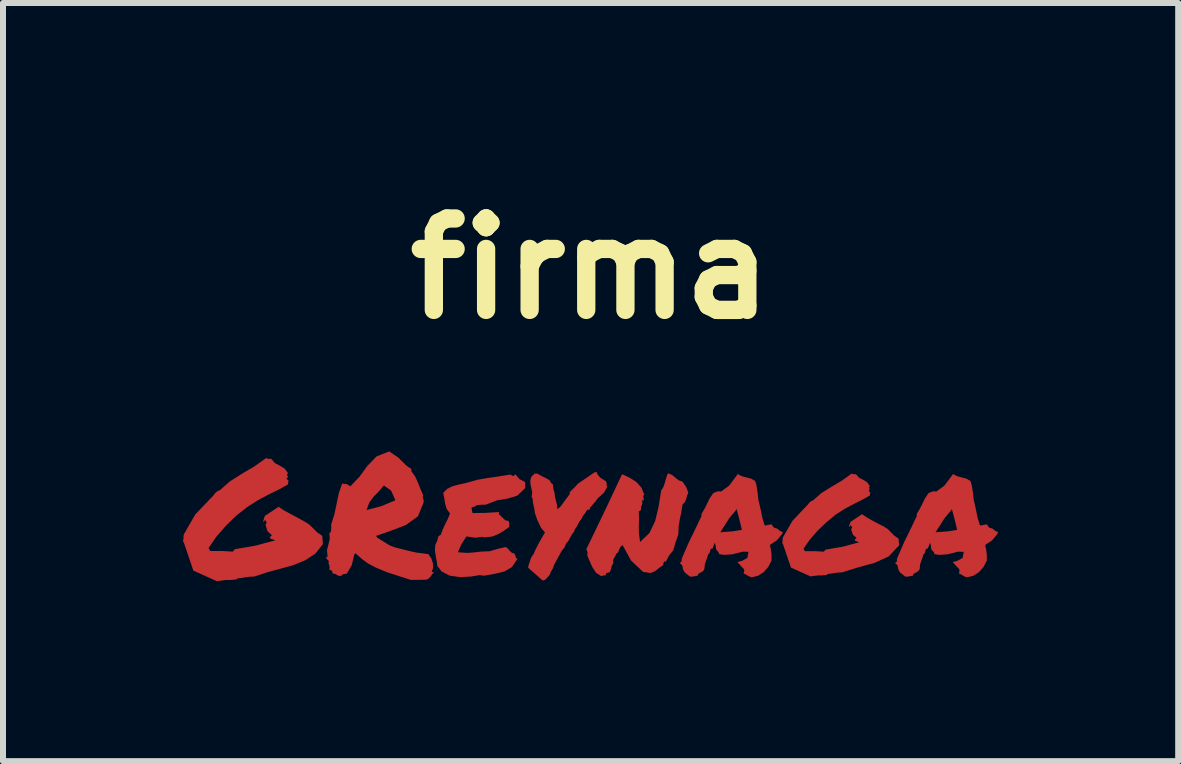
<source format=kicad_pcb>
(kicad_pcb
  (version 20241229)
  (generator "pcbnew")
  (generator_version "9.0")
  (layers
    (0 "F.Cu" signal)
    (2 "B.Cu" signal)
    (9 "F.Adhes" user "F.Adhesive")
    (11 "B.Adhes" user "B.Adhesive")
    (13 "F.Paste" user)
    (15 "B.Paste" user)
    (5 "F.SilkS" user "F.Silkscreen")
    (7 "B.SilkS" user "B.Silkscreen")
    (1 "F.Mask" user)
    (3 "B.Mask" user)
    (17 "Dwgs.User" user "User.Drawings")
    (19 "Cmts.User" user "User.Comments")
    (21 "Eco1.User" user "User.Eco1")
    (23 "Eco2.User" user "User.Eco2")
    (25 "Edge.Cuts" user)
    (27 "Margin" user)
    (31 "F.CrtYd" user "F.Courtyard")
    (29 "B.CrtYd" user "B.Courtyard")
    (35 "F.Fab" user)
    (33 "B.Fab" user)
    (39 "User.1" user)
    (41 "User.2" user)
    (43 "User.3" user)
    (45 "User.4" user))
  (footprint "firma"
    (layer "F.Cu")
    (at 6.794 5.563)
    (property "Reference" "firma" (at 0 -4.137 0) (layer "F.SilkS") (effects (font (size 1.524 1.524) (thickness 0.305))))
    (attr smd)
    (fp_poly (pts (xy 5.142 0.477) (xy 4.969 0.661) (xy 4.733 0.769) (xy 4.461 0.843) (xy 4.189 0.928) (xy 4.121 0.931) (xy 4.066 0.939) (xy 4.016 0.947) (xy 3.961 0.953) (xy 3.947 0.959) (xy 3.939 0.97) (xy 3.854 0.978) (xy 3.794 0.978) (xy 3.725 0.986) (xy 3.665 0.994) (xy 3.34 0.848) (xy 3.211 0.469) (xy 3.206 0.453) (xy 3.195 0.445) (xy 3.2 0.398) (xy 3.203 0.349) (xy 3.365 0.068) (xy 3.582 -0.162) (xy 3.615 -0.195) (xy 3.64 -0.228) (xy 3.67 -0.256) (xy 3.711 -0.275) (xy 3.849 -0.396) (xy 4.016 -0.5) (xy 4.189 -0.602) (xy 4.348 -0.717) (xy 4.392 -0.709) (xy 4.423 -0.709) (xy 4.475 -0.651) (xy 4.543 -0.616) (xy 4.609 -0.575) (xy 4.656 -0.509) (xy 4.64 -0.495) (xy 4.648 -0.47) (xy 4.651 -0.445) (xy 4.631 -0.434) (xy 4.648 -0.418) (xy 4.664 -0.404) (xy 4.656 -0.382) (xy 4.656 -0.355) (xy 4.533 -0.286) (xy 4.392 -0.215) (xy 4.241 -0.135) (xy 4.09 -0.039) (xy 3.939 0.085) (xy 3.791 0.225) (xy 3.656 0.379) (xy 3.549 0.533) (xy 3.56 0.555) (xy 3.574 0.574) (xy 3.736 0.574) (xy 3.89 0.582) (xy 3.901 0.565) (xy 3.915 0.549) (xy 4.206 0.499) (xy 4.48 0.425) (xy 4.439 0.411) (xy 4.406 0.398) (xy 4.406 0.376) (xy 4.434 0.354) (xy 4.371 0.299) (xy 4.343 0.211) (xy 4.36 0.178) (xy 4.343 0.148) (xy 4.329 0.148) (xy 4.324 0.156) (xy 4.321 0.167) (xy 4.307 0.164) (xy 4.318 0.123) (xy 4.335 0.084) (xy 4.524 -0.042) (xy 4.598 0.007) (xy 4.689 0.06) (xy 4.788 0.112) (xy 4.884 0.161) (xy 4.953 0.205) (xy 5.01 0.263) (xy 5.065 0.318) (xy 5.134 0.365) (xy 5.137 0.422) (xy 5.142 0.477) (xy 5.142 0.477)) (stroke (width 0) (type solid)) (fill yes) (layer "F.Cu"))
    (fp_poly (pts (xy -6.794 0.418) (xy -6.786 0.363) (xy -6.783 0.3) (xy -6.591 -0.036) (xy -6.33 -0.31) (xy -6.291 -0.349) (xy -6.261 -0.39) (xy -6.225 -0.423) (xy -6.176 -0.445) (xy -6.011 -0.59) (xy -5.811 -0.717) (xy -5.602 -0.84) (xy -5.41 -0.977) (xy -5.363 -0.964) (xy -5.324 -0.967) (xy -5.261 -0.893) (xy -5.179 -0.851) (xy -5.099 -0.802) (xy -5.042 -0.725) (xy -5.061 -0.711) (xy -5.052 -0.681) (xy -5.047 -0.651) (xy -5.072 -0.637) (xy -5.052 -0.618) (xy -5.033 -0.599) (xy -5.042 -0.571) (xy -5.042 -0.541) (xy -5.19 -0.456) (xy -5.36 -0.374) (xy -5.541 -0.278) (xy -5.723 -0.162) (xy -5.907 -0.017) (xy -6.082 0.154) (xy -6.242 0.338) (xy -6.368 0.522) (xy -6.354 0.546) (xy -6.338 0.571) (xy -6.143 0.571) (xy -5.962 0.582) (xy -5.948 0.56) (xy -5.931 0.541) (xy -5.583 0.481) (xy -5.253 0.393) (xy -5.341 0.363) (xy -5.341 0.335) (xy -5.311 0.308) (xy -5.385 0.242) (xy -5.418 0.135) (xy -5.399 0.096) (xy -5.418 0.06) (xy -5.434 0.06) (xy -5.44 0.071) (xy -5.445 0.082) (xy -5.459 0.082) (xy -5.445 0.033) (xy -5.429 -0.014) (xy -5.201 -0.165) (xy -5.113 -0.107) (xy -5.003 -0.047) (xy -4.885 0.016) (xy -4.772 0.077) (xy -4.687 0.132) (xy -4.619 0.198) (xy -4.553 0.264) (xy -4.473 0.318) (xy -4.467 0.39) (xy -4.462 0.456) (xy -4.588 0.615) (xy -4.756 0.725) (xy -4.951 0.805) (xy -5.165 0.865) (xy -5.388 0.925) (xy -5.605 0.997) (xy -5.684 1) (xy -5.747 1.008) (xy -5.808 1.019) (xy -5.874 1.027) (xy -5.893 1.033) (xy -5.904 1.046) (xy -6.003 1.054) (xy -6.077 1.054) (xy -6.157 1.065) (xy -6.233 1.073) (xy -6.621 0.898) (xy -6.775 0.444) (xy -6.78 0.428) (xy -6.794 0.417) (xy -6.794 0.418)) (stroke (width 0) (type solid)) (fill yes) (layer "F.Cu"))
    (fp_poly (pts (xy 0.534 0.472) (xy 0.498 0.502) (xy 0.476 0.549) (xy 0.457 0.596) (xy 0.429 0.615) (xy 0.413 0.653) (xy 0.391 0.689) (xy 0.374 0.727) (xy 0.38 0.774) (xy 0.352 0.821) (xy 0.339 0.879) (xy 0.317 0.925) (xy 0.256 0.942) (xy 0.253 0.955) (xy 0.262 0.975) (xy 0.215 0.978) (xy 0.179 0.991) (xy 0.091 0.934) (xy 0.031 0.843) (xy -0.016 0.739) (xy -0.054 0.648) (xy -0.051 0.59) (xy -0.071 0.541) (xy 0.223 -0.069) (xy 0.525 -0.709) (xy 0.649 -0.651) (xy 0.762 -0.58) (xy 0.849 -0.483) (xy 0.896 -0.365) (xy 0.882 -0.352) (xy 0.871 -0.349) (xy 0.882 -0.329) (xy 0.882 -0.319) (xy 0.882 -0.302) (xy 0.891 -0.277) (xy 0.874 -0.274) (xy 0.858 -0.274) (xy 0.863 -0.225) (xy 0.852 -0.189) (xy 0.839 -0.156) (xy 0.841 -0.112) (xy 0.828 -0.106) (xy 0.822 -0.098) (xy 0.814 -0.09) (xy 0.803 -0.09) (xy 0.808 0.031) (xy 0.803 0.154) (xy 0.806 0.283) (xy 0.825 0.421) (xy 0.981 0.272) (xy 1.077 0.069) (xy 1.135 -0.173) (xy 1.176 -0.436) (xy 1.215 -0.497) (xy 1.239 -0.571) (xy 1.261 -0.65) (xy 1.289 -0.725) (xy 1.358 -0.697) (xy 1.412 -0.653) (xy 1.465 -0.609) (xy 1.533 -0.584) (xy 1.594 -0.494) (xy 1.629 -0.4) (xy 1.607 -0.351) (xy 1.594 -0.296) (xy 1.572 -0.244) (xy 1.533 -0.205) (xy 1.511 -0.073) (xy 1.487 0.042) (xy 1.467 0.163) (xy 1.462 0.297) (xy 1.415 0.432) (xy 1.377 0.561) (xy 1.308 0.646) (xy 1.256 0.745) (xy 1.242 0.751) (xy 1.223 0.743) (xy 1.223 0.76) (xy 1.215 0.77) (xy 1.209 0.781) (xy 1.215 0.803) (xy 1.146 0.85) (xy 1.08 0.905) (xy 0.998 0.938) (xy 0.874 0.919) (xy 0.674 0.729) (xy 0.534 0.474) (xy 0.534 0.472)) (stroke (width 0) (type solid)) (fill yes) (layer "F.Cu"))
    (fp_poly (pts (xy -4.363 0.736) (xy -3.688 -0.238) (xy -3.734 -0.112) (xy -3.493 -0.175) (xy -3.254 -0.274) (xy -3.325 -0.436) (xy -3.446 -0.521) (xy -3.446 -0.521) (xy -3.526 -0.425) (xy -3.614 -0.337) (xy -3.688 -0.238) (xy -4.363 0.736) (xy -4.388 0.716) (xy -4.413 0.67) (xy -4.383 0.67) (xy -4.394 0.56) (xy -4.369 0.461) (xy -4.347 0.368) (xy -4.355 0.271) (xy -4.336 0.265) (xy -4.325 0.227) (xy -4.322 0.177) (xy -4.325 0.133) (xy -4.27 -0.042) (xy -4.232 -0.221) (xy -4.196 -0.394) (xy -4.141 -0.553) (xy -4.061 -0.542) (xy -4.004 -0.507) (xy -3.853 -0.666) (xy -3.721 -0.847) (xy -3.567 -1.006) (xy -3.356 -1.089) (xy -3.207 -0.987) (xy -3.073 -0.855) (xy -3.031 -0.825) (xy -2.987 -0.798) (xy -2.987 -0.757) (xy -2.924 -0.671) (xy -2.878 -0.57) (xy -2.836 -0.463) (xy -2.792 -0.361) (xy -2.798 -0.331) (xy -2.792 -0.306) (xy -2.784 -0.279) (xy -2.781 -0.243) (xy -2.878 -0.007) (xy -3.081 0.139) (xy -3.333 0.235) (xy -3.578 0.32) (xy -3.567 0.331) (xy -3.559 0.347) (xy -3.432 0.427) (xy -3.347 0.479) (xy -3.259 0.512) (xy -3.125 0.545) (xy -2.993 0.578) (xy -2.905 0.597) (xy -2.823 0.608) (xy -2.705 0.622) (xy -2.655 0.693) (xy -2.628 0.776) (xy -2.625 0.855) (xy -2.647 0.913) (xy -2.633 0.924) (xy -2.606 0.924) (xy -2.639 0.957) (xy -2.666 0.996) (xy -2.699 1.031) (xy -2.743 1.05) (xy -2.996 1.053) (xy -3.388 0.927) (xy -3.581 0.847) (xy -3.71 0.779) (xy -3.811 0.705) (xy -3.918 0.609) (xy -3.929 0.619) (xy -3.938 0.63) (xy -3.982 0.809) (xy -4.064 0.949) (xy -4.124 0.957) (xy -4.16 0.987) (xy -4.201 0.984) (xy -4.226 0.971) (xy -4.251 0.954) (xy -4.295 0.948) (xy -4.311 0.901) (xy -4.355 0.879) (xy -4.35 0.838) (xy -4.358 0.805) (xy -4.369 0.772) (xy -4.363 0.734) (xy -4.363 0.736)) (stroke (width 0) (type solid)) (fill yes) (layer "F.Cu"))
    (fp_poly (pts (xy -1.09 -0.574) (xy -1.09 -0.544) (xy -1.092 -0.528) (xy -1.092 -0.509) (xy -1.087 -0.481) (xy -1.221 -0.352) (xy -1.383 -0.303) (xy -1.565 -0.272) (xy -1.746 -0.201) (xy -1.812 -0.201) (xy -1.894 -0.193) (xy -1.936 -0.168) (xy -1.985 -0.154) (xy -1.977 -0.102) (xy -1.968 -0.061) (xy -1.757 -0.064) (xy -1.526 -0.078) (xy -1.529 -0.059) (xy -1.532 -0.045) (xy -1.493 -0.009) (xy -1.455 0.029) (xy -1.416 0.062) (xy -1.367 0.07) (xy -1.353 0.12) (xy -1.359 0.172) (xy -1.447 0.235) (xy -1.54 0.29) (xy -1.642 0.331) (xy -1.76 0.342) (xy -1.782 0.342) (xy -1.798 0.334) (xy -1.861 0.342) (xy -1.922 0.35) (xy -1.996 0.339) (xy -2.07 0.328) (xy -2.15 0.452) (xy -2.213 0.592) (xy -2.059 0.603) (xy -1.941 0.595) (xy -1.828 0.581) (xy -1.683 0.575) (xy -1.554 0.537) (xy -1.414 0.504) (xy -1.375 0.534) (xy -1.345 0.572) (xy -1.312 0.602) (xy -1.271 0.613) (xy -1.257 0.641) (xy -1.249 0.668) (xy -1.241 0.693) (xy -1.216 0.699) (xy -1.312 0.839) (xy -1.433 0.911) (xy -1.587 0.949) (xy -1.771 0.982) (xy -1.812 0.979) (xy -1.85 0.973) (xy -2.001 0.998) (xy -2.18 1.006) (xy -2.353 0.981) (xy -2.487 0.91) (xy -2.518 0.866) (xy -2.553 0.825) (xy -2.564 0.745) (xy -2.581 0.654) (xy -2.595 0.558) (xy -2.589 0.473) (xy -2.556 0.399) (xy -2.537 0.327) (xy -2.52 0.314) (xy -2.498 0.303) (xy -2.463 0.209) (xy -2.424 0.124) (xy -2.383 0.042) (xy -2.342 -0.054) (xy -2.4 -0.131) (xy -2.424 -0.216) (xy -2.438 -0.304) (xy -2.457 -0.398) (xy -2.391 -0.464) (xy -2.303 -0.508) (xy -2.202 -0.535) (xy -2.086 -0.56) (xy -1.891 -0.615) (xy -1.721 -0.645) (xy -1.545 -0.67) (xy -1.339 -0.703) (xy -1.293 -0.678) (xy -1.268 -0.692) (xy -1.254 -0.708) (xy -1.186 -0.628) (xy -1.089 -0.576) (xy -1.09 -0.574)) (stroke (width 0) (type solid)) (fill yes) (layer "F.Cu"))
    (fp_poly (pts (xy -0.277 0.252) (xy -0.31 0.293) (xy -0.337 0.34) (xy -0.367 0.398) (xy -0.408 0.447) (xy -0.436 0.513) (xy -0.48 0.565) (xy -0.609 0.804) (xy -0.625 0.854) (xy -0.65 0.898) (xy -0.661 0.917) (xy -0.669 0.93) (xy -0.675 0.958) (xy -0.705 0.996) (xy -0.735 1.027) (xy -0.755 1.049) (xy -0.796 1.065) (xy -1.04 0.851) (xy -1.038 0.823) (xy -1.029 0.796) (xy -1.018 0.763) (xy -0.994 0.686) (xy -0.947 0.617) (xy -0.922 0.557) (xy -0.856 0.428) (xy -0.796 0.323) (xy -0.76 0.263) (xy -0.826 0.184) (xy -0.889 0.052) (xy -0.928 -0.061) (xy -0.936 -0.121) (xy -0.947 -0.174) (xy -0.961 -0.234) (xy -0.966 -0.297) (xy -0.983 -0.336) (xy -0.977 -0.363) (xy -0.974 -0.412) (xy -0.988 -0.478) (xy -1.002 -0.539) (xy -1.005 -0.605) (xy -0.988 -0.665) (xy -0.936 -0.717) (xy -0.889 -0.72) (xy -0.843 -0.693) (xy -0.796 -0.668) (xy -0.738 -0.641) (xy -0.68 -0.605) (xy -0.661 -0.566) (xy -0.626 -0.536) (xy -0.626 -0.506) (xy -0.623 -0.476) (xy -0.612 -0.432) (xy -0.601 -0.399) (xy -0.593 -0.325) (xy -0.576 -0.261) (xy -0.56 -0.198) (xy -0.557 -0.127) (xy -0.529 -0.146) (xy -0.518 -0.154) (xy -0.507 -0.162) (xy -0.345 -0.382) (xy -0.351 -0.409) (xy -0.293 -0.464) (xy -0.252 -0.505) (xy -0.216 -0.546) (xy -0.186 -0.568) (xy 0.064 -0.739) (xy 0.102 -0.745) (xy 0.113 -0.709) (xy 0.157 -0.654) (xy 0.231 -0.607) (xy 0.256 -0.591) (xy 0.27 -0.55) (xy 0.267 -0.525) (xy 0.278 -0.497) (xy 0.223 -0.401) (xy 0.163 -0.346) (xy 0.116 -0.305) (xy 0.086 -0.261) (xy 0.067 -0.239) (xy -0.008 -0.151) (xy -0.016 -0.118) (xy -0.049 -0.118) (xy -0.063 -0.107) (xy -0.09 -0.061) (xy -0.117 -0.025) (xy -0.131 -0.011) (xy -0.139 0.011) (xy -0.148 0.032) (xy -0.192 0.087) (xy -0.211 0.126) (xy -0.233 0.17) (xy -0.263 0.211) (xy -0.277 0.252)) (stroke (width 0) (type solid)) (fill yes) (layer "F.Cu"))
    (fp_poly (pts (xy 3.011 0.741) (xy 2.223 0.254) (xy 2.371 0.243) (xy 2.522 0.219) (xy 2.481 0.048) (xy 2.434 -0.13) (xy 2.418 -0.103) (xy 2.31 0.026) (xy 2.225 0.161) (xy 2.192 0.21) (xy 2.162 0.26) (xy 2.192 0.257) (xy 2.223 0.254) (xy 2.223 0.254) (xy 3.011 0.741) (xy 2.961 0.837) (xy 2.887 0.922) (xy 2.794 0.983) (xy 2.684 1.01) (xy 2.635 0.991) (xy 2.61 0.975) (xy 2.593 0.967) (xy 2.582 0.959) (xy 2.55 0.945) (xy 2.561 0.909) (xy 2.558 0.876) (xy 2.525 0.841) (xy 2.508 0.824) (xy 2.495 0.808) (xy 2.448 0.755) (xy 2.522 0.736) (xy 2.613 0.687) (xy 2.632 0.585) (xy 2.538 0.582) (xy 2.464 0.601) (xy 2.363 0.626) (xy 2.253 0.634) (xy 2.212 0.634) (xy 2.17 0.628) (xy 2.143 0.622) (xy 2.132 0.589) (xy 2.121 0.578) (xy 2.091 0.542) (xy 2.085 0.482) (xy 2.069 0.433) (xy 2.044 0.501) (xy 2.033 0.529) (xy 2.006 0.535) (xy 1.997 0.549) (xy 1.995 0.562) (xy 1.981 0.609) (xy 1.97 0.62) (xy 1.959 0.628) (xy 1.945 0.677) (xy 1.929 0.724) (xy 1.904 0.795) (xy 1.898 0.861) (xy 1.887 0.891) (xy 1.857 0.919) (xy 1.824 0.935) (xy 1.808 0.946) (xy 1.794 0.952) (xy 1.786 0.982) (xy 1.753 0.988) (xy 1.709 0.996) (xy 1.681 0.999) (xy 1.654 0.996) (xy 1.607 0.958) (xy 1.569 0.928) (xy 1.541 0.878) (xy 1.536 0.848) (xy 1.53 0.821) (xy 1.522 0.804) (xy 1.486 0.771) (xy 1.516 0.747) (xy 1.519 0.7) (xy 1.635 0.431) (xy 1.764 0.167) (xy 1.805 0.079) (xy 1.849 -0.009) (xy 1.846 -0.028) (xy 1.852 -0.053) (xy 1.901 -0.135) (xy 1.939 -0.212) (xy 1.983 -0.303) (xy 2.044 -0.393) (xy 2.088 -0.413) (xy 2.107 -0.419) (xy 2.132 -0.425) (xy 2.173 -0.419) (xy 2.308 -0.517) (xy 2.426 -0.674) (xy 2.453 -0.712) (xy 2.489 -0.691) (xy 2.527 -0.674) (xy 2.579 -0.66) (xy 2.673 -0.636) (xy 2.744 -0.595) (xy 2.763 -0.529) (xy 2.772 -0.485) (xy 2.785 -0.391) (xy 2.796 -0.287) (xy 2.818 -0.194) (xy 2.838 -0.103) (xy 2.865 0.026) (xy 2.901 0.142) (xy 2.928 0.145) (xy 2.956 0.137) (xy 2.991 0.131) (xy 3.022 0.128) (xy 3.033 0.155) (xy 3.06 0.183) (xy 3.112 0.199) (xy 3.142 0.224) (xy 3.164 0.24) (xy 3.206 0.257) (xy 3.184 0.298) (xy 3.104 0.394) (xy 2.991 0.468) (xy 2.994 0.501) (xy 3.003 0.532) (xy 3.016 0.628) (xy 3.016 0.729) (xy 3.011 0.741)) (stroke (width 0) (type solid)) (fill yes) (layer "F.Cu"))
    (fp_poly (pts (xy 6.599 0.741) (xy 5.811 0.254) (xy 5.959 0.243) (xy 6.11 0.219) (xy 6.069 0.048) (xy 6.022 -0.13) (xy 6.006 -0.103) (xy 5.899 0.026) (xy 5.813 0.161) (xy 5.78 0.21) (xy 5.75 0.26) (xy 5.78 0.257) (xy 5.811 0.254) (xy 5.811 0.254) (xy 6.599 0.741) (xy 6.55 0.837) (xy 6.475 0.922) (xy 6.382 0.983) (xy 6.272 1.01) (xy 6.223 0.991) (xy 6.198 0.975) (xy 6.182 0.967) (xy 6.171 0.959) (xy 6.138 0.945) (xy 6.149 0.909) (xy 6.146 0.876) (xy 6.113 0.841) (xy 6.096 0.824) (xy 6.083 0.808) (xy 6.036 0.755) (xy 6.11 0.736) (xy 6.201 0.687) (xy 6.22 0.585) (xy 6.127 0.582) (xy 6.052 0.601) (xy 5.951 0.626) (xy 5.841 0.634) (xy 5.8 0.634) (xy 5.759 0.628) (xy 5.731 0.622) (xy 5.72 0.589) (xy 5.709 0.578) (xy 5.679 0.542) (xy 5.673 0.482) (xy 5.657 0.433) (xy 5.632 0.501) (xy 5.621 0.529) (xy 5.594 0.535) (xy 5.586 0.549) (xy 5.583 0.562) (xy 5.569 0.609) (xy 5.558 0.62) (xy 5.547 0.628) (xy 5.533 0.677) (xy 5.517 0.724) (xy 5.492 0.795) (xy 5.487 0.861) (xy 5.476 0.891) (xy 5.445 0.919) (xy 5.412 0.935) (xy 5.396 0.946) (xy 5.382 0.952) (xy 5.374 0.982) (xy 5.341 0.988) (xy 5.297 0.996) (xy 5.27 0.999) (xy 5.242 0.996) (xy 5.195 0.958) (xy 5.157 0.928) (xy 5.129 0.878) (xy 5.124 0.848) (xy 5.118 0.821) (xy 5.11 0.804) (xy 5.074 0.771) (xy 5.105 0.747) (xy 5.107 0.7) (xy 5.223 0.431) (xy 5.352 0.167) (xy 5.393 0.079) (xy 5.437 -0.009) (xy 5.434 -0.028) (xy 5.44 -0.053) (xy 5.489 -0.135) (xy 5.528 -0.212) (xy 5.572 -0.303) (xy 5.632 -0.393) (xy 5.676 -0.413) (xy 5.695 -0.419) (xy 5.72 -0.425) (xy 5.761 -0.419) (xy 5.896 -0.517) (xy 6.014 -0.674) (xy 6.041 -0.712) (xy 6.077 -0.691) (xy 6.115 -0.674) (xy 6.168 -0.66) (xy 6.261 -0.636) (xy 6.332 -0.595) (xy 6.352 -0.529) (xy 6.36 -0.485) (xy 6.374 -0.391) (xy 6.385 -0.287) (xy 6.407 -0.194) (xy 6.426 -0.103) (xy 6.453 0.026) (xy 6.489 0.142) (xy 6.516 0.145) (xy 6.544 0.137) (xy 6.58 0.131) (xy 6.61 0.128) (xy 6.621 0.155) (xy 6.648 0.183) (xy 6.7 0.199) (xy 6.731 0.224) (xy 6.753 0.24) (xy 6.794 0.257) (xy 6.772 0.298) (xy 6.692 0.394) (xy 6.58 0.468) (xy 6.582 0.501) (xy 6.591 0.532) (xy 6.604 0.628) (xy 6.604 0.729) (xy 6.599 0.741)) (stroke (width 0) (type solid)) (fill yes) (layer "F.Cu"))
    (fp_poly (pts (xy 5.142 0.477) (xy 4.969 0.661) (xy 4.733 0.769) (xy 4.461 0.843) (xy 4.189 0.928) (xy 4.121 0.931) (xy 4.066 0.939) (xy 4.016 0.947) (xy 3.961 0.953) (xy 3.947 0.959) (xy 3.939 0.97) (xy 3.854 0.978) (xy 3.794 0.978) (xy 3.725 0.986) (xy 3.665 0.994) (xy 3.34 0.848) (xy 3.211 0.469) (xy 3.206 0.453) (xy 3.195 0.445) (xy 3.2 0.398) (xy 3.203 0.349) (xy 3.365 0.068) (xy 3.582 -0.162) (xy 3.615 -0.195) (xy 3.64 -0.228) (xy 3.67 -0.256) (xy 3.711 -0.275) (xy 3.849 -0.396) (xy 4.016 -0.5) (xy 4.189 -0.602) (xy 4.348 -0.717) (xy 4.392 -0.709) (xy 4.423 -0.709) (xy 4.475 -0.651) (xy 4.543 -0.616) (xy 4.609 -0.575) (xy 4.656 -0.509) (xy 4.64 -0.495) (xy 4.648 -0.47) (xy 4.651 -0.445) (xy 4.631 -0.434) (xy 4.648 -0.418) (xy 4.664 -0.404) (xy 4.656 -0.382) (xy 4.656 -0.355) (xy 4.533 -0.286) (xy 4.392 -0.215) (xy 4.241 -0.135) (xy 4.09 -0.039) (xy 3.939 0.085) (xy 3.791 0.225) (xy 3.656 0.379) (xy 3.549 0.533) (xy 3.56 0.555) (xy 3.574 0.574) (xy 3.736 0.574) (xy 3.89 0.582) (xy 3.901 0.565) (xy 3.915 0.549) (xy 4.206 0.499) (xy 4.48 0.425) (xy 4.439 0.411) (xy 4.406 0.398) (xy 4.406 0.376) (xy 4.434 0.354) (xy 4.371 0.299) (xy 4.343 0.211) (xy 4.36 0.178) (xy 4.343 0.148) (xy 4.329 0.148) (xy 4.324 0.156) (xy 4.321 0.167) (xy 4.307 0.164) (xy 4.318 0.123) (xy 4.335 0.084) (xy 4.524 -0.042) (xy 4.598 0.007) (xy 4.689 0.06) (xy 4.788 0.112) (xy 4.884 0.161) (xy 4.953 0.205) (xy 5.01 0.263) (xy 5.065 0.318) (xy 5.134 0.365) (xy 5.137 0.422) (xy 5.142 0.477) (xy 5.142 0.477)) (stroke (width 0) (type solid)) (fill yes) (layer "F.Mask"))
    (fp_poly (pts (xy -6.794 0.418) (xy -6.786 0.363) (xy -6.783 0.3) (xy -6.591 -0.036) (xy -6.33 -0.31) (xy -6.291 -0.349) (xy -6.261 -0.39) (xy -6.225 -0.423) (xy -6.176 -0.445) (xy -6.011 -0.59) (xy -5.811 -0.717) (xy -5.602 -0.84) (xy -5.41 -0.977) (xy -5.363 -0.964) (xy -5.324 -0.967) (xy -5.261 -0.893) (xy -5.179 -0.851) (xy -5.099 -0.802) (xy -5.042 -0.725) (xy -5.061 -0.711) (xy -5.052 -0.681) (xy -5.047 -0.651) (xy -5.072 -0.637) (xy -5.052 -0.618) (xy -5.033 -0.599) (xy -5.042 -0.571) (xy -5.042 -0.541) (xy -5.19 -0.456) (xy -5.36 -0.374) (xy -5.541 -0.278) (xy -5.723 -0.162) (xy -5.907 -0.017) (xy -6.082 0.154) (xy -6.242 0.338) (xy -6.368 0.522) (xy -6.354 0.546) (xy -6.338 0.571) (xy -6.143 0.571) (xy -5.962 0.582) (xy -5.948 0.56) (xy -5.931 0.541) (xy -5.583 0.481) (xy -5.253 0.393) (xy -5.341 0.363) (xy -5.341 0.335) (xy -5.311 0.308) (xy -5.385 0.242) (xy -5.418 0.135) (xy -5.399 0.096) (xy -5.418 0.06) (xy -5.434 0.06) (xy -5.44 0.071) (xy -5.445 0.082) (xy -5.459 0.082) (xy -5.445 0.033) (xy -5.429 -0.014) (xy -5.201 -0.165) (xy -5.113 -0.107) (xy -5.003 -0.047) (xy -4.885 0.016) (xy -4.772 0.077) (xy -4.687 0.132) (xy -4.619 0.198) (xy -4.553 0.264) (xy -4.473 0.318) (xy -4.467 0.39) (xy -4.462 0.456) (xy -4.588 0.615) (xy -4.756 0.725) (xy -4.951 0.805) (xy -5.165 0.865) (xy -5.388 0.925) (xy -5.605 0.997) (xy -5.684 1) (xy -5.747 1.008) (xy -5.808 1.019) (xy -5.874 1.027) (xy -5.893 1.033) (xy -5.904 1.046) (xy -6.003 1.054) (xy -6.077 1.054) (xy -6.157 1.065) (xy -6.233 1.073) (xy -6.621 0.898) (xy -6.775 0.444) (xy -6.78 0.428) (xy -6.794 0.417) (xy -6.794 0.418)) (stroke (width 0) (type solid)) (fill yes) (layer "F.Mask"))
    (fp_poly (pts (xy 0.534 0.472) (xy 0.498 0.502) (xy 0.476 0.549) (xy 0.457 0.596) (xy 0.429 0.615) (xy 0.413 0.653) (xy 0.391 0.689) (xy 0.374 0.727) (xy 0.38 0.774) (xy 0.352 0.821) (xy 0.339 0.879) (xy 0.317 0.925) (xy 0.256 0.942) (xy 0.253 0.955) (xy 0.262 0.975) (xy 0.215 0.978) (xy 0.179 0.991) (xy 0.091 0.934) (xy 0.031 0.843) (xy -0.016 0.739) (xy -0.054 0.648) (xy -0.051 0.59) (xy -0.071 0.541) (xy 0.223 -0.069) (xy 0.525 -0.709) (xy 0.649 -0.651) (xy 0.762 -0.58) (xy 0.849 -0.483) (xy 0.896 -0.365) (xy 0.882 -0.352) (xy 0.871 -0.349) (xy 0.882 -0.329) (xy 0.882 -0.319) (xy 0.882 -0.302) (xy 0.891 -0.277) (xy 0.874 -0.274) (xy 0.858 -0.274) (xy 0.863 -0.225) (xy 0.852 -0.189) (xy 0.839 -0.156) (xy 0.841 -0.112) (xy 0.828 -0.106) (xy 0.822 -0.098) (xy 0.814 -0.09) (xy 0.803 -0.09) (xy 0.808 0.031) (xy 0.803 0.154) (xy 0.806 0.283) (xy 0.825 0.421) (xy 0.981 0.272) (xy 1.077 0.069) (xy 1.135 -0.173) (xy 1.176 -0.436) (xy 1.215 -0.497) (xy 1.239 -0.571) (xy 1.261 -0.65) (xy 1.289 -0.725) (xy 1.358 -0.697) (xy 1.412 -0.653) (xy 1.465 -0.609) (xy 1.533 -0.584) (xy 1.594 -0.494) (xy 1.629 -0.4) (xy 1.607 -0.351) (xy 1.594 -0.296) (xy 1.572 -0.244) (xy 1.533 -0.205) (xy 1.511 -0.073) (xy 1.487 0.042) (xy 1.467 0.163) (xy 1.462 0.297) (xy 1.415 0.432) (xy 1.377 0.561) (xy 1.308 0.646) (xy 1.256 0.745) (xy 1.242 0.751) (xy 1.223 0.743) (xy 1.223 0.76) (xy 1.215 0.77) (xy 1.209 0.781) (xy 1.215 0.803) (xy 1.146 0.85) (xy 1.08 0.905) (xy 0.998 0.938) (xy 0.874 0.919) (xy 0.674 0.729) (xy 0.534 0.474) (xy 0.534 0.472)) (stroke (width 0) (type solid)) (fill yes) (layer "F.Mask"))
    (fp_poly (pts (xy -4.363 0.736) (xy -3.688 -0.238) (xy -3.734 -0.112) (xy -3.493 -0.175) (xy -3.254 -0.274) (xy -3.325 -0.436) (xy -3.446 -0.521) (xy -3.446 -0.521) (xy -3.526 -0.425) (xy -3.614 -0.337) (xy -3.688 -0.238) (xy -4.363 0.736) (xy -4.388 0.716) (xy -4.413 0.67) (xy -4.383 0.67) (xy -4.394 0.56) (xy -4.369 0.461) (xy -4.347 0.368) (xy -4.355 0.271) (xy -4.336 0.265) (xy -4.325 0.227) (xy -4.322 0.177) (xy -4.325 0.133) (xy -4.27 -0.042) (xy -4.232 -0.221) (xy -4.196 -0.394) (xy -4.141 -0.553) (xy -4.061 -0.542) (xy -4.004 -0.507) (xy -3.853 -0.666) (xy -3.721 -0.847) (xy -3.567 -1.006) (xy -3.356 -1.089) (xy -3.207 -0.987) (xy -3.073 -0.855) (xy -3.031 -0.825) (xy -2.987 -0.798) (xy -2.987 -0.757) (xy -2.924 -0.671) (xy -2.878 -0.57) (xy -2.836 -0.463) (xy -2.792 -0.361) (xy -2.798 -0.331) (xy -2.792 -0.306) (xy -2.784 -0.279) (xy -2.781 -0.243) (xy -2.878 -0.007) (xy -3.081 0.139) (xy -3.333 0.235) (xy -3.578 0.32) (xy -3.567 0.331) (xy -3.559 0.347) (xy -3.432 0.427) (xy -3.347 0.479) (xy -3.259 0.512) (xy -3.125 0.545) (xy -2.993 0.578) (xy -2.905 0.597) (xy -2.823 0.608) (xy -2.705 0.622) (xy -2.655 0.693) (xy -2.628 0.776) (xy -2.625 0.855) (xy -2.647 0.913) (xy -2.633 0.924) (xy -2.606 0.924) (xy -2.639 0.957) (xy -2.666 0.996) (xy -2.699 1.031) (xy -2.743 1.05) (xy -2.996 1.053) (xy -3.388 0.927) (xy -3.581 0.847) (xy -3.71 0.779) (xy -3.811 0.705) (xy -3.918 0.609) (xy -3.929 0.619) (xy -3.938 0.63) (xy -3.982 0.809) (xy -4.064 0.949) (xy -4.124 0.957) (xy -4.16 0.987) (xy -4.201 0.984) (xy -4.226 0.971) (xy -4.251 0.954) (xy -4.295 0.948) (xy -4.311 0.901) (xy -4.355 0.879) (xy -4.35 0.838) (xy -4.358 0.805) (xy -4.369 0.772) (xy -4.363 0.734) (xy -4.363 0.736)) (stroke (width 0) (type solid)) (fill yes) (layer "F.Mask"))
    (fp_poly (pts (xy -1.09 -0.574) (xy -1.09 -0.544) (xy -1.092 -0.528) (xy -1.092 -0.509) (xy -1.087 -0.481) (xy -1.221 -0.352) (xy -1.383 -0.303) (xy -1.565 -0.272) (xy -1.746 -0.201) (xy -1.812 -0.201) (xy -1.894 -0.193) (xy -1.936 -0.168) (xy -1.985 -0.154) (xy -1.977 -0.102) (xy -1.968 -0.061) (xy -1.757 -0.064) (xy -1.526 -0.078) (xy -1.529 -0.059) (xy -1.532 -0.045) (xy -1.493 -0.009) (xy -1.455 0.029) (xy -1.416 0.062) (xy -1.367 0.07) (xy -1.353 0.12) (xy -1.359 0.172) (xy -1.447 0.235) (xy -1.54 0.29) (xy -1.642 0.331) (xy -1.76 0.342) (xy -1.782 0.342) (xy -1.798 0.334) (xy -1.861 0.342) (xy -1.922 0.35) (xy -1.996 0.339) (xy -2.07 0.328) (xy -2.15 0.452) (xy -2.213 0.592) (xy -2.059 0.603) (xy -1.941 0.595) (xy -1.828 0.581) (xy -1.683 0.575) (xy -1.554 0.537) (xy -1.414 0.504) (xy -1.375 0.534) (xy -1.345 0.572) (xy -1.312 0.602) (xy -1.271 0.613) (xy -1.257 0.641) (xy -1.249 0.668) (xy -1.241 0.693) (xy -1.216 0.699) (xy -1.312 0.839) (xy -1.433 0.911) (xy -1.587 0.949) (xy -1.771 0.982) (xy -1.812 0.979) (xy -1.85 0.973) (xy -2.001 0.998) (xy -2.18 1.006) (xy -2.353 0.981) (xy -2.487 0.91) (xy -2.518 0.866) (xy -2.553 0.825) (xy -2.564 0.745) (xy -2.581 0.654) (xy -2.595 0.558) (xy -2.589 0.473) (xy -2.556 0.399) (xy -2.537 0.327) (xy -2.52 0.314) (xy -2.498 0.303) (xy -2.463 0.209) (xy -2.424 0.124) (xy -2.383 0.042) (xy -2.342 -0.054) (xy -2.4 -0.131) (xy -2.424 -0.216) (xy -2.438 -0.304) (xy -2.457 -0.398) (xy -2.391 -0.464) (xy -2.303 -0.508) (xy -2.202 -0.535) (xy -2.086 -0.56) (xy -1.891 -0.615) (xy -1.721 -0.645) (xy -1.545 -0.67) (xy -1.339 -0.703) (xy -1.293 -0.678) (xy -1.268 -0.692) (xy -1.254 -0.708) (xy -1.186 -0.628) (xy -1.089 -0.576) (xy -1.09 -0.574)) (stroke (width 0) (type solid)) (fill yes) (layer "F.Mask"))
    (fp_poly (pts (xy -0.277 0.252) (xy -0.31 0.293) (xy -0.337 0.34) (xy -0.367 0.398) (xy -0.408 0.447) (xy -0.436 0.513) (xy -0.48 0.565) (xy -0.609 0.804) (xy -0.625 0.854) (xy -0.65 0.898) (xy -0.661 0.917) (xy -0.669 0.93) (xy -0.675 0.958) (xy -0.705 0.996) (xy -0.735 1.027) (xy -0.755 1.049) (xy -0.796 1.065) (xy -1.04 0.851) (xy -1.038 0.823) (xy -1.029 0.796) (xy -1.018 0.763) (xy -0.994 0.686) (xy -0.947 0.617) (xy -0.922 0.557) (xy -0.856 0.428) (xy -0.796 0.323) (xy -0.76 0.263) (xy -0.826 0.184) (xy -0.889 0.052) (xy -0.928 -0.061) (xy -0.936 -0.121) (xy -0.947 -0.174) (xy -0.961 -0.234) (xy -0.966 -0.297) (xy -0.983 -0.336) (xy -0.977 -0.363) (xy -0.974 -0.412) (xy -0.988 -0.478) (xy -1.002 -0.539) (xy -1.005 -0.605) (xy -0.988 -0.665) (xy -0.936 -0.717) (xy -0.889 -0.72) (xy -0.843 -0.693) (xy -0.796 -0.668) (xy -0.738 -0.641) (xy -0.68 -0.605) (xy -0.661 -0.566) (xy -0.626 -0.536) (xy -0.626 -0.506) (xy -0.623 -0.476) (xy -0.612 -0.432) (xy -0.601 -0.399) (xy -0.593 -0.325) (xy -0.576 -0.261) (xy -0.56 -0.198) (xy -0.557 -0.127) (xy -0.529 -0.146) (xy -0.518 -0.154) (xy -0.507 -0.162) (xy -0.345 -0.382) (xy -0.351 -0.409) (xy -0.293 -0.464) (xy -0.252 -0.505) (xy -0.216 -0.546) (xy -0.186 -0.568) (xy 0.064 -0.739) (xy 0.102 -0.745) (xy 0.113 -0.709) (xy 0.157 -0.654) (xy 0.231 -0.607) (xy 0.256 -0.591) (xy 0.27 -0.55) (xy 0.267 -0.525) (xy 0.278 -0.497) (xy 0.223 -0.401) (xy 0.163 -0.346) (xy 0.116 -0.305) (xy 0.086 -0.261) (xy 0.067 -0.239) (xy -0.008 -0.151) (xy -0.016 -0.118) (xy -0.049 -0.118) (xy -0.063 -0.107) (xy -0.09 -0.061) (xy -0.117 -0.025) (xy -0.131 -0.011) (xy -0.139 0.011) (xy -0.148 0.032) (xy -0.192 0.087) (xy -0.211 0.126) (xy -0.233 0.17) (xy -0.263 0.211) (xy -0.277 0.252)) (stroke (width 0) (type solid)) (fill yes) (layer "F.Mask"))
    (fp_poly (pts (xy 3.011 0.741) (xy 2.223 0.254) (xy 2.371 0.243) (xy 2.522 0.219) (xy 2.481 0.048) (xy 2.434 -0.13) (xy 2.418 -0.103) (xy 2.31 0.026) (xy 2.225 0.161) (xy 2.192 0.21) (xy 2.162 0.26) (xy 2.192 0.257) (xy 2.223 0.254) (xy 2.223 0.254) (xy 3.011 0.741) (xy 2.961 0.837) (xy 2.887 0.922) (xy 2.794 0.983) (xy 2.684 1.01) (xy 2.635 0.991) (xy 2.61 0.975) (xy 2.593 0.967) (xy 2.582 0.959) (xy 2.55 0.945) (xy 2.561 0.909) (xy 2.558 0.876) (xy 2.525 0.841) (xy 2.508 0.824) (xy 2.495 0.808) (xy 2.448 0.755) (xy 2.522 0.736) (xy 2.613 0.687) (xy 2.632 0.585) (xy 2.538 0.582) (xy 2.464 0.601) (xy 2.363 0.626) (xy 2.253 0.634) (xy 2.212 0.634) (xy 2.17 0.628) (xy 2.143 0.622) (xy 2.132 0.589) (xy 2.121 0.578) (xy 2.091 0.542) (xy 2.085 0.482) (xy 2.069 0.433) (xy 2.044 0.501) (xy 2.033 0.529) (xy 2.006 0.535) (xy 1.997 0.549) (xy 1.995 0.562) (xy 1.981 0.609) (xy 1.97 0.62) (xy 1.959 0.628) (xy 1.945 0.677) (xy 1.929 0.724) (xy 1.904 0.795) (xy 1.898 0.861) (xy 1.887 0.891) (xy 1.857 0.919) (xy 1.824 0.935) (xy 1.808 0.946) (xy 1.794 0.952) (xy 1.786 0.982) (xy 1.753 0.988) (xy 1.709 0.996) (xy 1.681 0.999) (xy 1.654 0.996) (xy 1.607 0.958) (xy 1.569 0.928) (xy 1.541 0.878) (xy 1.536 0.848) (xy 1.53 0.821) (xy 1.522 0.804) (xy 1.486 0.771) (xy 1.516 0.747) (xy 1.519 0.7) (xy 1.635 0.431) (xy 1.764 0.167) (xy 1.805 0.079) (xy 1.849 -0.009) (xy 1.846 -0.028) (xy 1.852 -0.053) (xy 1.901 -0.135) (xy 1.939 -0.212) (xy 1.983 -0.303) (xy 2.044 -0.393) (xy 2.088 -0.413) (xy 2.107 -0.419) (xy 2.132 -0.425) (xy 2.173 -0.419) (xy 2.308 -0.517) (xy 2.426 -0.674) (xy 2.453 -0.712) (xy 2.489 -0.691) (xy 2.527 -0.674) (xy 2.579 -0.66) (xy 2.673 -0.636) (xy 2.744 -0.595) (xy 2.763 -0.529) (xy 2.772 -0.485) (xy 2.785 -0.391) (xy 2.796 -0.287) (xy 2.818 -0.194) (xy 2.838 -0.103) (xy 2.865 0.026) (xy 2.901 0.142) (xy 2.928 0.145) (xy 2.956 0.137) (xy 2.991 0.131) (xy 3.022 0.128) (xy 3.033 0.155) (xy 3.06 0.183) (xy 3.112 0.199) (xy 3.142 0.224) (xy 3.164 0.24) (xy 3.206 0.257) (xy 3.184 0.298) (xy 3.104 0.394) (xy 2.991 0.468) (xy 2.994 0.501) (xy 3.003 0.532) (xy 3.016 0.628) (xy 3.016 0.729) (xy 3.011 0.741)) (stroke (width 0) (type solid)) (fill yes) (layer "F.Mask"))
    (fp_poly (pts (xy 6.599 0.741) (xy 5.811 0.254) (xy 5.959 0.243) (xy 6.11 0.219) (xy 6.069 0.048) (xy 6.022 -0.13) (xy 6.006 -0.103) (xy 5.899 0.026) (xy 5.813 0.161) (xy 5.78 0.21) (xy 5.75 0.26) (xy 5.78 0.257) (xy 5.811 0.254) (xy 5.811 0.254) (xy 6.599 0.741) (xy 6.55 0.837) (xy 6.475 0.922) (xy 6.382 0.983) (xy 6.272 1.01) (xy 6.223 0.991) (xy 6.198 0.975) (xy 6.182 0.967) (xy 6.171 0.959) (xy 6.138 0.945) (xy 6.149 0.909) (xy 6.146 0.876) (xy 6.113 0.841) (xy 6.096 0.824) (xy 6.083 0.808) (xy 6.036 0.755) (xy 6.11 0.736) (xy 6.201 0.687) (xy 6.22 0.585) (xy 6.127 0.582) (xy 6.052 0.601) (xy 5.951 0.626) (xy 5.841 0.634) (xy 5.8 0.634) (xy 5.759 0.628) (xy 5.731 0.622) (xy 5.72 0.589) (xy 5.709 0.578) (xy 5.679 0.542) (xy 5.673 0.482) (xy 5.657 0.433) (xy 5.632 0.501) (xy 5.621 0.529) (xy 5.594 0.535) (xy 5.586 0.549) (xy 5.583 0.562) (xy 5.569 0.609) (xy 5.558 0.62) (xy 5.547 0.628) (xy 5.533 0.677) (xy 5.517 0.724) (xy 5.492 0.795) (xy 5.487 0.861) (xy 5.476 0.891) (xy 5.445 0.919) (xy 5.412 0.935) (xy 5.396 0.946) (xy 5.382 0.952) (xy 5.374 0.982) (xy 5.341 0.988) (xy 5.297 0.996) (xy 5.27 0.999) (xy 5.242 0.996) (xy 5.195 0.958) (xy 5.157 0.928) (xy 5.129 0.878) (xy 5.124 0.848) (xy 5.118 0.821) (xy 5.11 0.804) (xy 5.074 0.771) (xy 5.105 0.747) (xy 5.107 0.7) (xy 5.223 0.431) (xy 5.352 0.167) (xy 5.393 0.079) (xy 5.437 -0.009) (xy 5.434 -0.028) (xy 5.44 -0.053) (xy 5.489 -0.135) (xy 5.528 -0.212) (xy 5.572 -0.303) (xy 5.632 -0.393) (xy 5.676 -0.413) (xy 5.695 -0.419) (xy 5.72 -0.425) (xy 5.761 -0.419) (xy 5.896 -0.517) (xy 6.014 -0.674) (xy 6.041 -0.712) (xy 6.077 -0.691) (xy 6.115 -0.674) (xy 6.168 -0.66) (xy 6.261 -0.636) (xy 6.332 -0.595) (xy 6.352 -0.529) (xy 6.36 -0.485) (xy 6.374 -0.391) (xy 6.385 -0.287) (xy 6.407 -0.194) (xy 6.426 -0.103) (xy 6.453 0.026) (xy 6.489 0.142) (xy 6.516 0.145) (xy 6.544 0.137) (xy 6.58 0.131) (xy 6.61 0.128) (xy 6.621 0.155) (xy 6.648 0.183) (xy 6.7 0.199) (xy 6.731 0.224) (xy 6.753 0.24) (xy 6.794 0.257) (xy 6.772 0.298) (xy 6.692 0.394) (xy 6.58 0.468) (xy 6.582 0.501) (xy 6.591 0.532) (xy 6.604 0.628) (xy 6.604 0.729) (xy 6.599 0.741)) (stroke (width 0) (type solid)) (fill yes) (layer "F.Mask")))
  (gr_rect
    (start -3 -3)
    (end 16.588 9.637)
    (stroke (width 0.1) (type default))
    (fill no)
    (layer "Edge.Cuts")))
</source>
